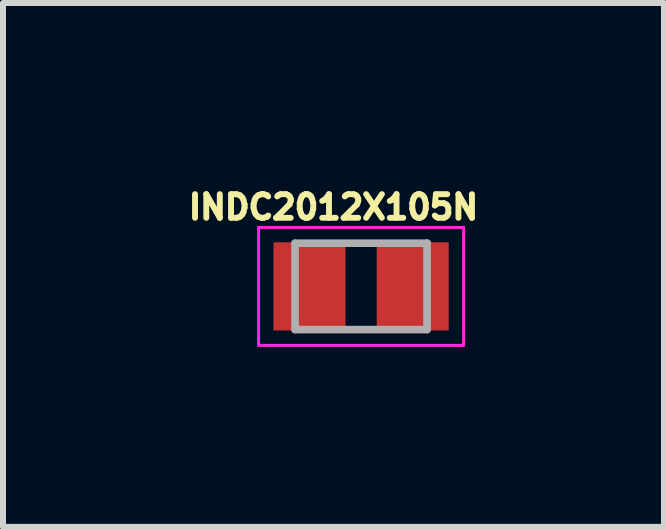
<source format=kicad_pcb>
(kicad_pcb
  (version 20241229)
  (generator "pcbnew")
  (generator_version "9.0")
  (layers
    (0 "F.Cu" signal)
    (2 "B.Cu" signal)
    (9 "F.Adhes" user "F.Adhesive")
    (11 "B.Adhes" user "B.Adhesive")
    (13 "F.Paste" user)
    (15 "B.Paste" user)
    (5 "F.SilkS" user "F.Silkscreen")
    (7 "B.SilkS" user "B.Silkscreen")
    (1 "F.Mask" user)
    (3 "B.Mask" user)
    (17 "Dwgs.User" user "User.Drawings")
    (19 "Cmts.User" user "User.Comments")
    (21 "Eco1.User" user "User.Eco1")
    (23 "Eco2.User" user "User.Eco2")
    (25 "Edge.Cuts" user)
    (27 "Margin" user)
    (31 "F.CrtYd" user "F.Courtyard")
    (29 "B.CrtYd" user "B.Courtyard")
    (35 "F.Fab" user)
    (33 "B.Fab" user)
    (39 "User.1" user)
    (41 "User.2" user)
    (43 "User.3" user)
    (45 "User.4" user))
  (footprint "INDC2012X105N"
    (layer "F.Cu")
    (at 2.968 1.723)
    (property "Reference" "INDC2012X105N" (at -0.46 -1.32 0) (layer "F.SilkS") (effects (font (size 0.394 0.394) (thickness 0.15))))
    (attr smd)
    (fp_line (start -1.708 -0.983) (end 1.708 -0.983) (stroke (width 0.05) (type solid)) (layer "F.CrtYd"))
    (fp_line (start -1.708 0.983) (end -1.708 -0.983) (stroke (width 0.05) (type solid)) (layer "F.CrtYd"))
    (fp_line (start -1.708 0.983) (end 1.708 0.983) (stroke (width 0.05) (type solid)) (layer "F.CrtYd"))
    (fp_line (start 1.708 0.983) (end 1.708 -0.983) (stroke (width 0.05) (type solid)) (layer "F.CrtYd"))
    (fp_line (start -1.1 0.72) (end -1.1 -0.72) (stroke (width 0.127) (type solid)) (layer "F.Fab"))
    (fp_line (start 1.1 -0.72) (end -1.1 -0.72) (stroke (width 0.127) (type solid)) (layer "F.Fab"))
    (fp_line (start 1.1 0.72) (end -1.1 0.72) (stroke (width 0.127) (type solid)) (layer "F.Fab"))
    (fp_line (start 1.1 0.72) (end 1.1 -0.72) (stroke (width 0.127) (type solid)) (layer "F.Fab"))
    (pad "1" smd rect (at -0.86 0) (size 1.2 1.47) (layers "F.Cu" "F.Mask" "F.Paste"))
    (pad "2" smd rect (at 0.86 0) (size 1.2 1.47) (layers "F.Cu" "F.Mask" "F.Paste")))
  (gr_rect
    (start -3 -3)
    (end 8.016 5.731)
    (stroke (width 0.1) (type default))
    (fill no)
    (layer "Edge.Cuts")))
</source>
